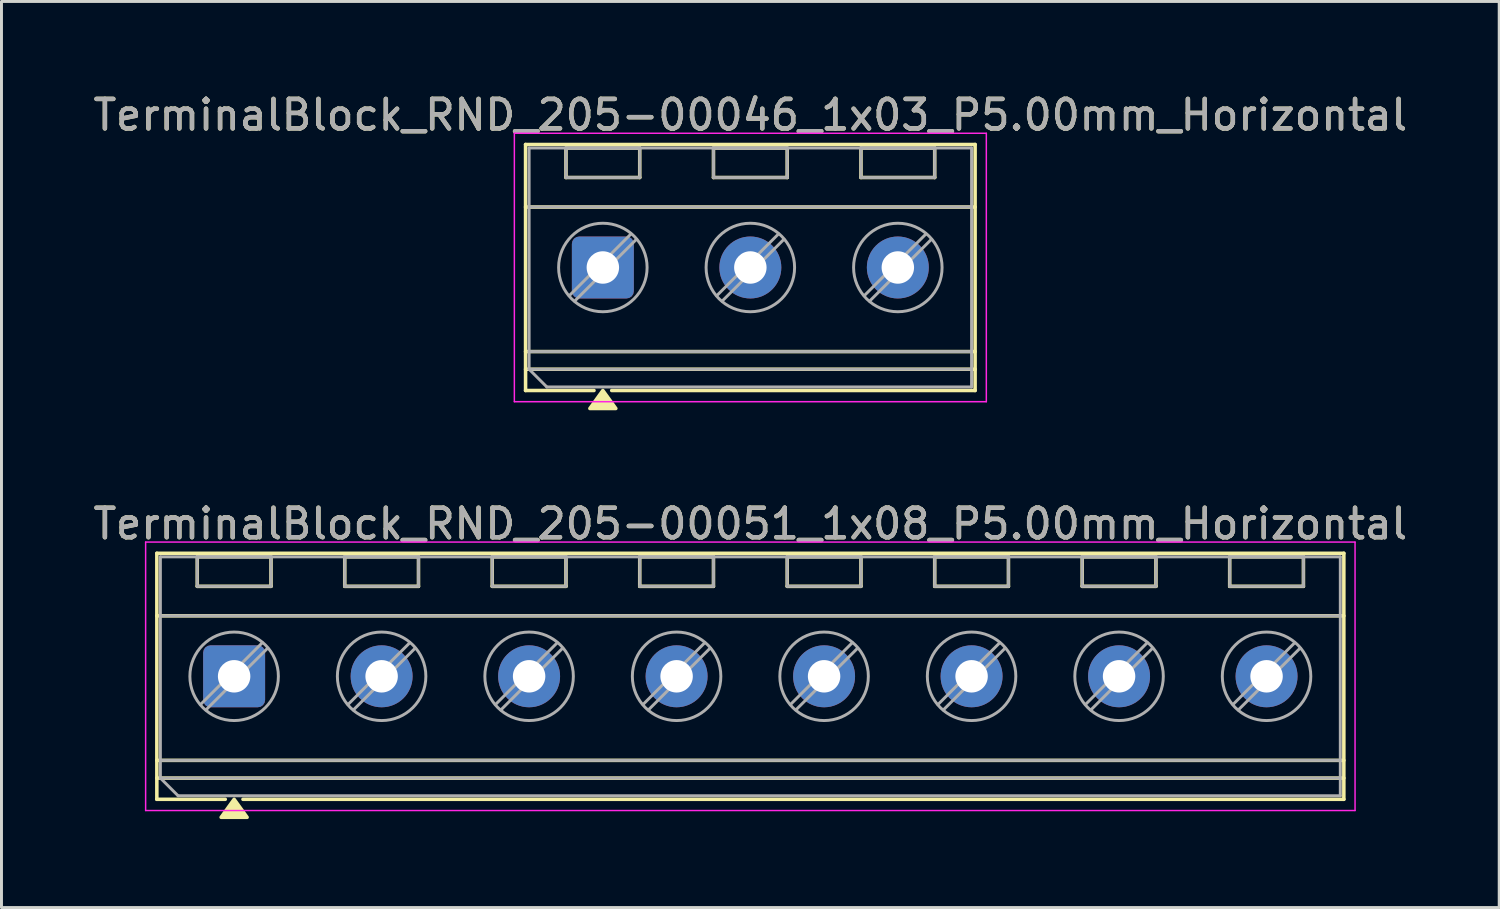
<source format=kicad_pcb>
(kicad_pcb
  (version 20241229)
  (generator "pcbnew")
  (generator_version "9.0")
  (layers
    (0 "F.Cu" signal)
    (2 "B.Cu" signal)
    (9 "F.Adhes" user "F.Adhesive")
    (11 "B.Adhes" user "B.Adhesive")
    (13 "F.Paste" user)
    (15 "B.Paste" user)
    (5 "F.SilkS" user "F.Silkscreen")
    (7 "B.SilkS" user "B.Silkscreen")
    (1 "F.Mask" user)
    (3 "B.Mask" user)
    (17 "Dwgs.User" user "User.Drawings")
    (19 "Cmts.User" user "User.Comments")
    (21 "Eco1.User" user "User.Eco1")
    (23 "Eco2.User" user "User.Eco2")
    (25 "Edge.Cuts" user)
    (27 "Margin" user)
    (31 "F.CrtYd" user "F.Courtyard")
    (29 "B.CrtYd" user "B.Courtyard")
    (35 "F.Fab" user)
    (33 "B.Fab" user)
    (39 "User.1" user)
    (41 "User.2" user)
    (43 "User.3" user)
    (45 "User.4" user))
  (footprint "TerminalBlock_RND_205-00051_1x08_P5.00mm_Horizontal"
    (layer "F.Cu")
    (at 4.887 19.877)
    (property "Reference" "TerminalBlock_RND_205-00051_1x08_P5.00mm_Horizontal" (at 17.5 -5.17 0) (layer "F.SilkS") (effects (font (size 1 1) (thickness 0.15))))
    (attr through_hole)
    (fp_line (start -2.62 -4.17) (end 37.62 -4.17) (stroke (width 0.12) (type solid)) (layer "F.SilkS"))
    (fp_line (start -2.62 -2.05) (end 37.62 -2.05) (stroke (width 0.12) (type solid)) (layer "F.SilkS"))
    (fp_line (start -2.62 2.85) (end 37.62 2.85) (stroke (width 0.12) (type solid)) (layer "F.SilkS"))
    (fp_line (start -2.62 3.45) (end 37.62 3.45) (stroke (width 0.12) (type solid)) (layer "F.SilkS"))
    (fp_line (start -2.62 4.17) (end -2.62 -4.17) (stroke (width 0.12) (type solid)) (layer "F.SilkS"))
    (fp_line (start -1.25 -4.05) (end 1.25 -4.05) (stroke (width 0.12) (type solid)) (layer "F.SilkS"))
    (fp_line (start -1.25 -3.05) (end -1.25 -4.05) (stroke (width 0.12) (type solid)) (layer "F.SilkS"))
    (fp_line (start -0.3 4.17) (end -2.62 4.17) (stroke (width 0.12) (type solid)) (layer "F.SilkS"))
    (fp_line (start 1.25 -4.05) (end 1.25 -3.05) (stroke (width 0.12) (type solid)) (layer "F.SilkS"))
    (fp_line (start 1.25 -3.05) (end -1.25 -3.05) (stroke (width 0.12) (type solid)) (layer "F.SilkS"))
    (fp_line (start 3.75 -4.05) (end 6.25 -4.05) (stroke (width 0.12) (type solid)) (layer "F.SilkS"))
    (fp_line (start 3.75 -3.05) (end 3.75 -4.05) (stroke (width 0.12) (type solid)) (layer "F.SilkS"))
    (fp_line (start 6.25 -4.05) (end 6.25 -3.05) (stroke (width 0.12) (type solid)) (layer "F.SilkS"))
    (fp_line (start 6.25 -3.05) (end 3.75 -3.05) (stroke (width 0.12) (type solid)) (layer "F.SilkS"))
    (fp_line (start 8.75 -4.05) (end 11.25 -4.05) (stroke (width 0.12) (type solid)) (layer "F.SilkS"))
    (fp_line (start 8.75 -3.05) (end 8.75 -4.05) (stroke (width 0.12) (type solid)) (layer "F.SilkS"))
    (fp_line (start 11.25 -4.05) (end 11.25 -3.05) (stroke (width 0.12) (type solid)) (layer "F.SilkS"))
    (fp_line (start 11.25 -3.05) (end 8.75 -3.05) (stroke (width 0.12) (type solid)) (layer "F.SilkS"))
    (fp_line (start 13.75 -4.05) (end 16.25 -4.05) (stroke (width 0.12) (type solid)) (layer "F.SilkS"))
    (fp_line (start 13.75 -3.05) (end 13.75 -4.05) (stroke (width 0.12) (type solid)) (layer "F.SilkS"))
    (fp_line (start 16.25 -4.05) (end 16.25 -3.05) (stroke (width 0.12) (type solid)) (layer "F.SilkS"))
    (fp_line (start 16.25 -3.05) (end 13.75 -3.05) (stroke (width 0.12) (type solid)) (layer "F.SilkS"))
    (fp_line (start 18.75 -4.05) (end 21.25 -4.05) (stroke (width 0.12) (type solid)) (layer "F.SilkS"))
    (fp_line (start 18.75 -3.05) (end 18.75 -4.05) (stroke (width 0.12) (type solid)) (layer "F.SilkS"))
    (fp_line (start 21.25 -4.05) (end 21.25 -3.05) (stroke (width 0.12) (type solid)) (layer "F.SilkS"))
    (fp_line (start 21.25 -3.05) (end 18.75 -3.05) (stroke (width 0.12) (type solid)) (layer "F.SilkS"))
    (fp_line (start 23.75 -4.05) (end 26.25 -4.05) (stroke (width 0.12) (type solid)) (layer "F.SilkS"))
    (fp_line (start 23.75 -3.05) (end 23.75 -4.05) (stroke (width 0.12) (type solid)) (layer "F.SilkS"))
    (fp_line (start 26.25 -4.05) (end 26.25 -3.05) (stroke (width 0.12) (type solid)) (layer "F.SilkS"))
    (fp_line (start 26.25 -3.05) (end 23.75 -3.05) (stroke (width 0.12) (type solid)) (layer "F.SilkS"))
    (fp_line (start 28.75 -4.05) (end 31.25 -4.05) (stroke (width 0.12) (type solid)) (layer "F.SilkS"))
    (fp_line (start 28.75 -3.05) (end 28.75 -4.05) (stroke (width 0.12) (type solid)) (layer "F.SilkS"))
    (fp_line (start 31.25 -4.05) (end 31.25 -3.05) (stroke (width 0.12) (type solid)) (layer "F.SilkS"))
    (fp_line (start 31.25 -3.05) (end 28.75 -3.05) (stroke (width 0.12) (type solid)) (layer "F.SilkS"))
    (fp_line (start 33.75 -4.05) (end 36.25 -4.05) (stroke (width 0.12) (type solid)) (layer "F.SilkS"))
    (fp_line (start 33.75 -3.05) (end 33.75 -4.05) (stroke (width 0.12) (type solid)) (layer "F.SilkS"))
    (fp_line (start 36.25 -4.05) (end 36.25 -3.05) (stroke (width 0.12) (type solid)) (layer "F.SilkS"))
    (fp_line (start 36.25 -3.05) (end 33.75 -3.05) (stroke (width 0.12) (type solid)) (layer "F.SilkS"))
    (fp_line (start 37.62 -4.17) (end 37.62 4.17) (stroke (width 0.12) (type solid)) (layer "F.SilkS"))
    (fp_line (start 37.62 4.17) (end 0.3 4.17) (stroke (width 0.12) (type solid)) (layer "F.SilkS"))
    (fp_poly (pts (xy 0 4.17) (xy 0.44 4.78) (xy -0.44 4.78)) (stroke (width 0.12) (type solid)) (fill yes) (layer "F.SilkS"))
    (fp_line (start -3 -4.55) (end -3 4.55) (stroke (width 0.05) (type solid)) (layer "F.CrtYd"))
    (fp_line (start -3 4.55) (end 38 4.55) (stroke (width 0.05) (type solid)) (layer "F.CrtYd"))
    (fp_line (start 38 -4.55) (end -3 -4.55) (stroke (width 0.05) (type solid)) (layer "F.CrtYd"))
    (fp_line (start 38 4.55) (end 38 -4.55) (stroke (width 0.05) (type solid)) (layer "F.CrtYd"))
    (fp_line (start -2.5 -4.05) (end 37.5 -4.05) (stroke (width 0.1) (type solid)) (layer "F.Fab"))
    (fp_line (start -2.5 -2.05) (end 37.5 -2.05) (stroke (width 0.1) (type solid)) (layer "F.Fab"))
    (fp_line (start -2.5 2.85) (end 37.5 2.85) (stroke (width 0.1) (type solid)) (layer "F.Fab"))
    (fp_line (start -2.5 3.45) (end -2.5 -4.05) (stroke (width 0.1) (type solid)) (layer "F.Fab"))
    (fp_line (start -2.5 3.45) (end 37.5 3.45) (stroke (width 0.1) (type solid)) (layer "F.Fab"))
    (fp_line (start -1.9 4.05) (end -2.5 3.45) (stroke (width 0.1) (type solid)) (layer "F.Fab"))
    (fp_line (start -1.25 -4.05) (end -1.25 -3.05) (stroke (width 0.1) (type solid)) (layer "F.Fab"))
    (fp_line (start -1.25 -3.05) (end 1.25 -3.05) (stroke (width 0.1) (type solid)) (layer "F.Fab"))
    (fp_line (start 0.955 -1.138) (end -1.138 0.955) (stroke (width 0.1) (type solid)) (layer "F.Fab"))
    (fp_line (start 1.138 -0.955) (end -0.955 1.138) (stroke (width 0.1) (type solid)) (layer "F.Fab"))
    (fp_line (start 1.25 -4.05) (end -1.25 -4.05) (stroke (width 0.1) (type solid)) (layer "F.Fab"))
    (fp_line (start 1.25 -3.05) (end 1.25 -4.05) (stroke (width 0.1) (type solid)) (layer "F.Fab"))
    (fp_line (start 3.75 -4.05) (end 3.75 -3.05) (stroke (width 0.1) (type solid)) (layer "F.Fab"))
    (fp_line (start 3.75 -3.05) (end 6.25 -3.05) (stroke (width 0.1) (type solid)) (layer "F.Fab"))
    (fp_line (start 5.955 -1.138) (end 3.862 0.955) (stroke (width 0.1) (type solid)) (layer "F.Fab"))
    (fp_line (start 6.138 -0.955) (end 4.045 1.138) (stroke (width 0.1) (type solid)) (layer "F.Fab"))
    (fp_line (start 6.25 -4.05) (end 3.75 -4.05) (stroke (width 0.1) (type solid)) (layer "F.Fab"))
    (fp_line (start 6.25 -3.05) (end 6.25 -4.05) (stroke (width 0.1) (type solid)) (layer "F.Fab"))
    (fp_line (start 8.75 -4.05) (end 8.75 -3.05) (stroke (width 0.1) (type solid)) (layer "F.Fab"))
    (fp_line (start 8.75 -3.05) (end 11.25 -3.05) (stroke (width 0.1) (type solid)) (layer "F.Fab"))
    (fp_line (start 10.955 -1.138) (end 8.862 0.955) (stroke (width 0.1) (type solid)) (layer "F.Fab"))
    (fp_line (start 11.138 -0.955) (end 9.045 1.138) (stroke (width 0.1) (type solid)) (layer "F.Fab"))
    (fp_line (start 11.25 -4.05) (end 8.75 -4.05) (stroke (width 0.1) (type solid)) (layer "F.Fab"))
    (fp_line (start 11.25 -3.05) (end 11.25 -4.05) (stroke (width 0.1) (type solid)) (layer "F.Fab"))
    (fp_line (start 13.75 -4.05) (end 13.75 -3.05) (stroke (width 0.1) (type solid)) (layer "F.Fab"))
    (fp_line (start 13.75 -3.05) (end 16.25 -3.05) (stroke (width 0.1) (type solid)) (layer "F.Fab"))
    (fp_line (start 15.955 -1.138) (end 13.862 0.955) (stroke (width 0.1) (type solid)) (layer "F.Fab"))
    (fp_line (start 16.138 -0.955) (end 14.045 1.138) (stroke (width 0.1) (type solid)) (layer "F.Fab"))
    (fp_line (start 16.25 -4.05) (end 13.75 -4.05) (stroke (width 0.1) (type solid)) (layer "F.Fab"))
    (fp_line (start 16.25 -3.05) (end 16.25 -4.05) (stroke (width 0.1) (type solid)) (layer "F.Fab"))
    (fp_line (start 18.75 -4.05) (end 18.75 -3.05) (stroke (width 0.1) (type solid)) (layer "F.Fab"))
    (fp_line (start 18.75 -3.05) (end 21.25 -3.05) (stroke (width 0.1) (type solid)) (layer "F.Fab"))
    (fp_line (start 20.955 -1.138) (end 18.862 0.955) (stroke (width 0.1) (type solid)) (layer "F.Fab"))
    (fp_line (start 21.138 -0.955) (end 19.045 1.138) (stroke (width 0.1) (type solid)) (layer "F.Fab"))
    (fp_line (start 21.25 -4.05) (end 18.75 -4.05) (stroke (width 0.1) (type solid)) (layer "F.Fab"))
    (fp_line (start 21.25 -3.05) (end 21.25 -4.05) (stroke (width 0.1) (type solid)) (layer "F.Fab"))
    (fp_line (start 23.75 -4.05) (end 23.75 -3.05) (stroke (width 0.1) (type solid)) (layer "F.Fab"))
    (fp_line (start 23.75 -3.05) (end 26.25 -3.05) (stroke (width 0.1) (type solid)) (layer "F.Fab"))
    (fp_line (start 25.955 -1.138) (end 23.862 0.955) (stroke (width 0.1) (type solid)) (layer "F.Fab"))
    (fp_line (start 26.138 -0.955) (end 24.045 1.138) (stroke (width 0.1) (type solid)) (layer "F.Fab"))
    (fp_line (start 26.25 -4.05) (end 23.75 -4.05) (stroke (width 0.1) (type solid)) (layer "F.Fab"))
    (fp_line (start 26.25 -3.05) (end 26.25 -4.05) (stroke (width 0.1) (type solid)) (layer "F.Fab"))
    (fp_line (start 28.75 -4.05) (end 28.75 -3.05) (stroke (width 0.1) (type solid)) (layer "F.Fab"))
    (fp_line (start 28.75 -3.05) (end 31.25 -3.05) (stroke (width 0.1) (type solid)) (layer "F.Fab"))
    (fp_line (start 30.955 -1.138) (end 28.862 0.955) (stroke (width 0.1) (type solid)) (layer "F.Fab"))
    (fp_line (start 31.138 -0.955) (end 29.045 1.138) (stroke (width 0.1) (type solid)) (layer "F.Fab"))
    (fp_line (start 31.25 -4.05) (end 28.75 -4.05) (stroke (width 0.1) (type solid)) (layer "F.Fab"))
    (fp_line (start 31.25 -3.05) (end 31.25 -4.05) (stroke (width 0.1) (type solid)) (layer "F.Fab"))
    (fp_line (start 33.75 -4.05) (end 33.75 -3.05) (stroke (width 0.1) (type solid)) (layer "F.Fab"))
    (fp_line (start 33.75 -3.05) (end 36.25 -3.05) (stroke (width 0.1) (type solid)) (layer "F.Fab"))
    (fp_line (start 35.955 -1.138) (end 33.862 0.955) (stroke (width 0.1) (type solid)) (layer "F.Fab"))
    (fp_line (start 36.138 -0.955) (end 34.045 1.138) (stroke (width 0.1) (type solid)) (layer "F.Fab"))
    (fp_line (start 36.25 -4.05) (end 33.75 -4.05) (stroke (width 0.1) (type solid)) (layer "F.Fab"))
    (fp_line (start 36.25 -3.05) (end 36.25 -4.05) (stroke (width 0.1) (type solid)) (layer "F.Fab"))
    (fp_line (start 37.5 -4.05) (end 37.5 4.05) (stroke (width 0.1) (type solid)) (layer "F.Fab"))
    (fp_line (start 37.5 4.05) (end -1.9 4.05) (stroke (width 0.1) (type solid)) (layer "F.Fab"))
    (fp_circle (center 0 0) (end 1.5 0) (stroke (width 0.1) (type solid)) (fill no) (layer "F.Fab"))
    (fp_circle (center 5 0) (end 6.5 0) (stroke (width 0.1) (type solid)) (fill no) (layer "F.Fab"))
    (fp_circle (center 10 0) (end 11.5 0) (stroke (width 0.1) (type solid)) (fill no) (layer "F.Fab"))
    (fp_circle (center 15 0) (end 16.5 0) (stroke (width 0.1) (type solid)) (fill no) (layer "F.Fab"))
    (fp_circle (center 20 0) (end 21.5 0) (stroke (width 0.1) (type solid)) (fill no) (layer "F.Fab"))
    (fp_circle (center 25 0) (end 26.5 0) (stroke (width 0.1) (type solid)) (fill no) (layer "F.Fab"))
    (fp_circle (center 30 0) (end 31.5 0) (stroke (width 0.1) (type solid)) (fill no) (layer "F.Fab"))
    (fp_circle (center 35 0) (end 36.5 0) (stroke (width 0.1) (type solid)) (fill no) (layer "F.Fab"))
    (fp_text user "${REFERENCE}" (at 17.5 -5.17 0) (layer "F.Fab") (effects (font (size 1 1) (thickness 0.15))))
    (pad "1" thru_hole roundrect (at 0 0) (size 2.1 2.1) (drill 1.1) (layers "*.Cu" "*.Mask") (roundrect_rratio 0.119))
    (pad "2" thru_hole circle (at 5 0) (size 2.1 2.1) (drill 1.1) (layers "*.Cu" "*.Mask"))
    (pad "3" thru_hole circle (at 10 0) (size 2.1 2.1) (drill 1.1) (layers "*.Cu" "*.Mask"))
    (pad "4" thru_hole circle (at 15 0) (size 2.1 2.1) (drill 1.1) (layers "*.Cu" "*.Mask"))
    (pad "5" thru_hole circle (at 20 0) (size 2.1 2.1) (drill 1.1) (layers "*.Cu" "*.Mask"))
    (pad "6" thru_hole circle (at 25 0) (size 2.1 2.1) (drill 1.1) (layers "*.Cu" "*.Mask"))
    (pad "7" thru_hole circle (at 30 0) (size 2.1 2.1) (drill 1.1) (layers "*.Cu" "*.Mask"))
    (pad "8" thru_hole circle (at 35 0) (size 2.1 2.1) (drill 1.1) (layers "*.Cu" "*.Mask")))
  (footprint "TerminalBlock_RND_205-00046_1x03_P5.00mm_Horizontal"
    (layer "F.Cu")
    (at 17.387 6.018)
    (property "Reference" "TerminalBlock_RND_205-00046_1x03_P5.00mm_Horizontal" (at 5 -5.17 0) (layer "F.SilkS") (effects (font (size 1 1) (thickness 0.15))))
    (attr through_hole)
    (fp_line (start -2.62 -4.17) (end 12.62 -4.17) (stroke (width 0.12) (type solid)) (layer "F.SilkS"))
    (fp_line (start -2.62 -2.05) (end 12.62 -2.05) (stroke (width 0.12) (type solid)) (layer "F.SilkS"))
    (fp_line (start -2.62 2.85) (end 12.62 2.85) (stroke (width 0.12) (type solid)) (layer "F.SilkS"))
    (fp_line (start -2.62 3.45) (end 12.62 3.45) (stroke (width 0.12) (type solid)) (layer "F.SilkS"))
    (fp_line (start -2.62 4.17) (end -2.62 -4.17) (stroke (width 0.12) (type solid)) (layer "F.SilkS"))
    (fp_line (start -1.25 -4.05) (end 1.25 -4.05) (stroke (width 0.12) (type solid)) (layer "F.SilkS"))
    (fp_line (start -1.25 -3.05) (end -1.25 -4.05) (stroke (width 0.12) (type solid)) (layer "F.SilkS"))
    (fp_line (start -0.3 4.17) (end -2.62 4.17) (stroke (width 0.12) (type solid)) (layer "F.SilkS"))
    (fp_line (start 1.25 -4.05) (end 1.25 -3.05) (stroke (width 0.12) (type solid)) (layer "F.SilkS"))
    (fp_line (start 1.25 -3.05) (end -1.25 -3.05) (stroke (width 0.12) (type solid)) (layer "F.SilkS"))
    (fp_line (start 3.75 -4.05) (end 6.25 -4.05) (stroke (width 0.12) (type solid)) (layer "F.SilkS"))
    (fp_line (start 3.75 -3.05) (end 3.75 -4.05) (stroke (width 0.12) (type solid)) (layer "F.SilkS"))
    (fp_line (start 6.25 -4.05) (end 6.25 -3.05) (stroke (width 0.12) (type solid)) (layer "F.SilkS"))
    (fp_line (start 6.25 -3.05) (end 3.75 -3.05) (stroke (width 0.12) (type solid)) (layer "F.SilkS"))
    (fp_line (start 8.75 -4.05) (end 11.25 -4.05) (stroke (width 0.12) (type solid)) (layer "F.SilkS"))
    (fp_line (start 8.75 -3.05) (end 8.75 -4.05) (stroke (width 0.12) (type solid)) (layer "F.SilkS"))
    (fp_line (start 11.25 -4.05) (end 11.25 -3.05) (stroke (width 0.12) (type solid)) (layer "F.SilkS"))
    (fp_line (start 11.25 -3.05) (end 8.75 -3.05) (stroke (width 0.12) (type solid)) (layer "F.SilkS"))
    (fp_line (start 12.62 -4.17) (end 12.62 4.17) (stroke (width 0.12) (type solid)) (layer "F.SilkS"))
    (fp_line (start 12.62 4.17) (end 0.3 4.17) (stroke (width 0.12) (type solid)) (layer "F.SilkS"))
    (fp_poly (pts (xy 0 4.17) (xy 0.44 4.78) (xy -0.44 4.78)) (stroke (width 0.12) (type solid)) (fill yes) (layer "F.SilkS"))
    (fp_line (start -3 -4.55) (end -3 4.55) (stroke (width 0.05) (type solid)) (layer "F.CrtYd"))
    (fp_line (start -3 4.55) (end 13 4.55) (stroke (width 0.05) (type solid)) (layer "F.CrtYd"))
    (fp_line (start 13 -4.55) (end -3 -4.55) (stroke (width 0.05) (type solid)) (layer "F.CrtYd"))
    (fp_line (start 13 4.55) (end 13 -4.55) (stroke (width 0.05) (type solid)) (layer "F.CrtYd"))
    (fp_line (start -2.5 -4.05) (end 12.5 -4.05) (stroke (width 0.1) (type solid)) (layer "F.Fab"))
    (fp_line (start -2.5 -2.05) (end 12.5 -2.05) (stroke (width 0.1) (type solid)) (layer "F.Fab"))
    (fp_line (start -2.5 2.85) (end 12.5 2.85) (stroke (width 0.1) (type solid)) (layer "F.Fab"))
    (fp_line (start -2.5 3.45) (end -2.5 -4.05) (stroke (width 0.1) (type solid)) (layer "F.Fab"))
    (fp_line (start -2.5 3.45) (end 12.5 3.45) (stroke (width 0.1) (type solid)) (layer "F.Fab"))
    (fp_line (start -1.9 4.05) (end -2.5 3.45) (stroke (width 0.1) (type solid)) (layer "F.Fab"))
    (fp_line (start -1.25 -4.05) (end -1.25 -3.05) (stroke (width 0.1) (type solid)) (layer "F.Fab"))
    (fp_line (start -1.25 -3.05) (end 1.25 -3.05) (stroke (width 0.1) (type solid)) (layer "F.Fab"))
    (fp_line (start 0.955 -1.138) (end -1.138 0.955) (stroke (width 0.1) (type solid)) (layer "F.Fab"))
    (fp_line (start 1.138 -0.955) (end -0.955 1.138) (stroke (width 0.1) (type solid)) (layer "F.Fab"))
    (fp_line (start 1.25 -4.05) (end -1.25 -4.05) (stroke (width 0.1) (type solid)) (layer "F.Fab"))
    (fp_line (start 1.25 -3.05) (end 1.25 -4.05) (stroke (width 0.1) (type solid)) (layer "F.Fab"))
    (fp_line (start 3.75 -4.05) (end 3.75 -3.05) (stroke (width 0.1) (type solid)) (layer "F.Fab"))
    (fp_line (start 3.75 -3.05) (end 6.25 -3.05) (stroke (width 0.1) (type solid)) (layer "F.Fab"))
    (fp_line (start 5.955 -1.138) (end 3.862 0.955) (stroke (width 0.1) (type solid)) (layer "F.Fab"))
    (fp_line (start 6.138 -0.955) (end 4.045 1.138) (stroke (width 0.1) (type solid)) (layer "F.Fab"))
    (fp_line (start 6.25 -4.05) (end 3.75 -4.05) (stroke (width 0.1) (type solid)) (layer "F.Fab"))
    (fp_line (start 6.25 -3.05) (end 6.25 -4.05) (stroke (width 0.1) (type solid)) (layer "F.Fab"))
    (fp_line (start 8.75 -4.05) (end 8.75 -3.05) (stroke (width 0.1) (type solid)) (layer "F.Fab"))
    (fp_line (start 8.75 -3.05) (end 11.25 -3.05) (stroke (width 0.1) (type solid)) (layer "F.Fab"))
    (fp_line (start 10.955 -1.138) (end 8.862 0.955) (stroke (width 0.1) (type solid)) (layer "F.Fab"))
    (fp_line (start 11.138 -0.955) (end 9.045 1.138) (stroke (width 0.1) (type solid)) (layer "F.Fab"))
    (fp_line (start 11.25 -4.05) (end 8.75 -4.05) (stroke (width 0.1) (type solid)) (layer "F.Fab"))
    (fp_line (start 11.25 -3.05) (end 11.25 -4.05) (stroke (width 0.1) (type solid)) (layer "F.Fab"))
    (fp_line (start 12.5 -4.05) (end 12.5 4.05) (stroke (width 0.1) (type solid)) (layer "F.Fab"))
    (fp_line (start 12.5 4.05) (end -1.9 4.05) (stroke (width 0.1) (type solid)) (layer "F.Fab"))
    (fp_circle (center 0 0) (end 1.5 0) (stroke (width 0.1) (type solid)) (fill no) (layer "F.Fab"))
    (fp_circle (center 5 0) (end 6.5 0) (stroke (width 0.1) (type solid)) (fill no) (layer "F.Fab"))
    (fp_circle (center 10 0) (end 11.5 0) (stroke (width 0.1) (type solid)) (fill no) (layer "F.Fab"))
    (fp_text user "${REFERENCE}" (at 5 -5.17 0) (layer "F.Fab") (effects (font (size 1 1) (thickness 0.15))))
    (pad "1" thru_hole roundrect (at 0 0) (size 2.1 2.1) (drill 1.1) (layers "*.Cu" "*.Mask") (roundrect_rratio 0.119))
    (pad "2" thru_hole circle (at 5 0) (size 2.1 2.1) (drill 1.1) (layers "*.Cu" "*.Mask"))
    (pad "3" thru_hole circle (at 10 0) (size 2.1 2.1) (drill 1.1) (layers "*.Cu" "*.Mask")))
  (gr_rect
    (start -3 -3)
    (end 47.774 27.716)
    (stroke (width 0.1) (type default))
    (fill no)
    (layer "Edge.Cuts")))
</source>
